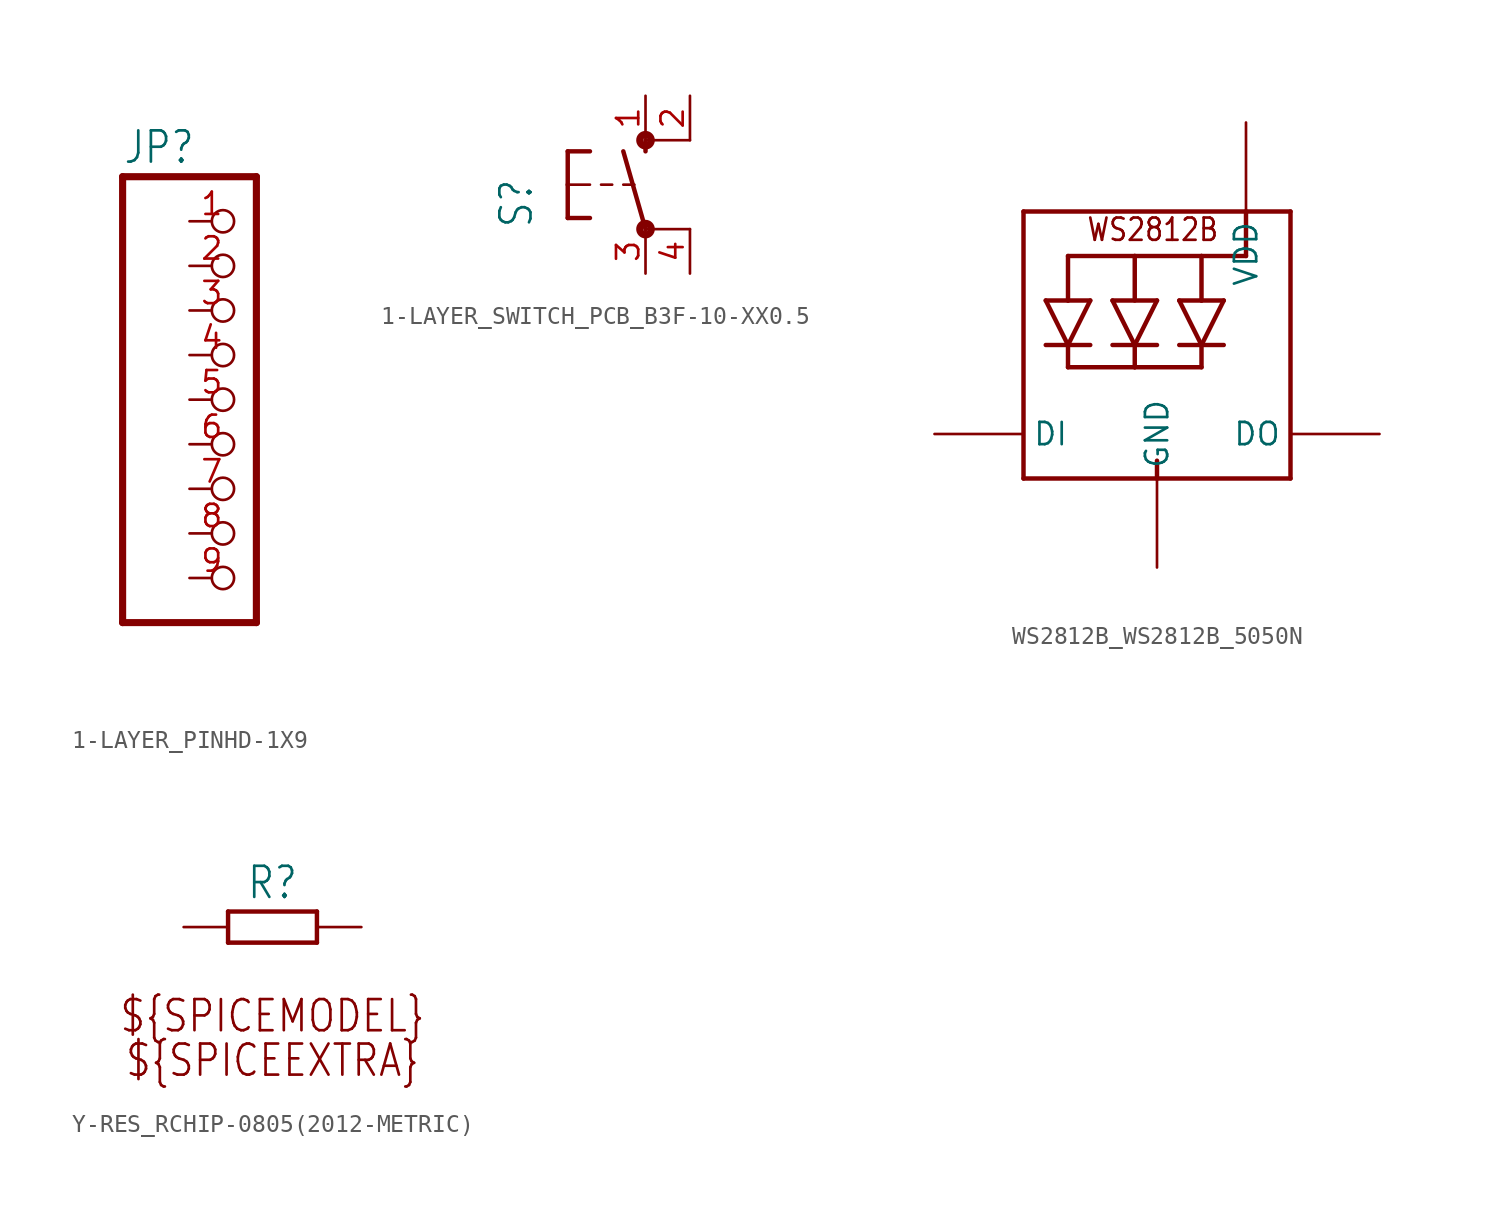
<source format=kicad_sym>
(kicad_symbol_lib
  (version 20231120)
  (generator "kicad_symbol_editor")
  (generator_version "8.0")
  (symbol "1-LAYER_PINHD-1X9"
    (property "Reference" "JP"
      (at -6.35 13.335 0)
      (effects (font (size 1.778 1.511)) (justify left bottom)))
    (property "Value" ""
      (at -6.35 -15.24 0)
      (effects (font (size 1.778 1.511)) (justify left bottom)))
    (property "ki_locked" ""
      (at 0 0 0)
      (effects (font (size 1.27 1.27))))
    (symbol "1-LAYER_PINHD-1X9_1_0"
      (polyline (pts (xy -6.35 -12.7) (xy 1.27 -12.7)) (stroke (width 0.406) (type solid)) (fill (type none)))
      (polyline (pts (xy -6.35 12.7) (xy -6.35 -12.7)) (stroke (width 0.406) (type solid)) (fill (type none)))
      (polyline (pts (xy 1.27 -12.7) (xy 1.27 12.7)) (stroke (width 0.406) (type solid)) (fill (type none)))
      (polyline (pts (xy 1.27 12.7) (xy -6.35 12.7)) (stroke (width 0.406) (type solid)) (fill (type none)))
      (pin passive inverted (at -2.54 10.16 0) (length 2.54) (name "1" (effects (font (size 0 0)))) (number "1" (effects (font (size 1.27 1.27)))))
      (pin passive inverted (at -2.54 7.62 0) (length 2.54) (name "2" (effects (font (size 0 0)))) (number "2" (effects (font (size 1.27 1.27)))))
      (pin passive inverted (at -2.54 5.08 0) (length 2.54) (name "3" (effects (font (size 0 0)))) (number "3" (effects (font (size 1.27 1.27)))))
      (pin passive inverted (at -2.54 2.54 0) (length 2.54) (name "4" (effects (font (size 0 0)))) (number "4" (effects (font (size 1.27 1.27)))))
      (pin passive inverted (at -2.54 0 0) (length 2.54) (name "5" (effects (font (size 0 0)))) (number "5" (effects (font (size 1.27 1.27)))))
      (pin passive inverted (at -2.54 -2.54 0) (length 2.54) (name "6" (effects (font (size 0 0)))) (number "6" (effects (font (size 1.27 1.27)))))
      (pin passive inverted (at -2.54 -5.08 0) (length 2.54) (name "7" (effects (font (size 0 0)))) (number "7" (effects (font (size 1.27 1.27)))))
      (pin passive inverted (at -2.54 -7.62 0) (length 2.54) (name "8" (effects (font (size 0 0)))) (number "8" (effects (font (size 1.27 1.27)))))
      (pin passive inverted (at -2.54 -10.16 0) (length 2.54) (name "9" (effects (font (size 0 0)))) (number "9" (effects (font (size 1.27 1.27)))))))
  (symbol "1-LAYER_SWITCH_PCB_B3F-10-XX0.5"
    (property "Reference" "S"
      (at -6.35 -2.54 90)
      (effects (font (size 1.778 1.511)) (justify left bottom)))
    (property "Value" ""
      (at -3.81 3.175 90)
      (effects (font (size 1.778 1.511)) (justify left bottom)))
    (property "ki_locked" ""
      (at 0 0 0)
      (effects (font (size 1.27 1.27))))
    (symbol "1-LAYER_SWITCH_PCB_B3F-10-XX0.5_1_0"
      (circle (center 0 -2.54) (radius 0.127) (stroke (width 0.406) (type solid)) (fill (type none)))
      (polyline (pts (xy -4.445 -1.905) (xy -3.175 -1.905)) (stroke (width 0.254) (type solid)) (fill (type none)))
      (polyline (pts (xy -4.445 0) (xy -4.445 -1.905)) (stroke (width 0.254) (type solid)) (fill (type none)))
      (polyline (pts (xy -4.445 0) (xy -3.175 0)) (stroke (width 0.152) (type solid)) (fill (type none)))
      (polyline (pts (xy -4.445 1.905) (xy -4.445 0)) (stroke (width 0.254) (type solid)) (fill (type none)))
      (polyline (pts (xy -4.445 1.905) (xy -3.175 1.905)) (stroke (width 0.254) (type solid)) (fill (type none)))
      (polyline (pts (xy -2.54 0) (xy -1.905 0)) (stroke (width 0.152) (type solid)) (fill (type none)))
      (polyline (pts (xy -1.27 0) (xy -0.635 0)) (stroke (width 0.152) (type solid)) (fill (type none)))
      (polyline (pts (xy 0 -2.54) (xy -1.27 1.905)) (stroke (width 0.254) (type solid)) (fill (type none)))
      (polyline (pts (xy 0 1.905) (xy 0 2.54)) (stroke (width 0.254) (type solid)) (fill (type none)))
      (polyline (pts (xy 2.54 -2.54) (xy 0 -2.54)) (stroke (width 0.152) (type solid)) (fill (type none)))
      (polyline (pts (xy 2.54 2.54) (xy 0 2.54)) (stroke (width 0.152) (type solid)) (fill (type none)))
      (circle (center 0 2.54) (radius 0.127) (stroke (width 0.406) (type solid)) (fill (type none)))
      (pin passive line (at 0 5.08 270) (length 2.54) (name "S" (effects (font (size 0 0)))) (number "1" (effects (font (size 1.27 1.27)))))
      (pin passive line (at 2.54 5.08 270) (length 2.54) (name "S1" (effects (font (size 0 0)))) (number "2" (effects (font (size 1.27 1.27)))))
      (pin passive line (at 0 -5.08 90) (length 2.54) (name "P" (effects (font (size 0 0)))) (number "3" (effects (font (size 1.27 1.27)))))
      (pin passive line (at 2.54 -5.08 90) (length 2.54) (name "P1" (effects (font (size 0 0)))) (number "4" (effects (font (size 1.27 1.27)))))))
  (symbol "WS2812B_WS2812B_5050N"
    (property "Reference" "LED"
      (at 0 0 0)
      (effects (font (size 1.27 1.27)) (hide yes)))
    (property "ki_locked" ""
      (at 0 0 0)
      (effects (font (size 1.27 1.27))))
    (symbol "WS2812B_WS2812B_5050N_1_0"
      (polyline (pts (xy -7.62 -5.08) (xy 0 -5.08)) (stroke (width 0.254) (type solid)) (fill (type none)))
      (polyline (pts (xy -7.62 10.16) (xy -7.62 -5.08)) (stroke (width 0.254) (type solid)) (fill (type none)))
      (polyline (pts (xy -6.35 2.54) (xy -5.08 2.54)) (stroke (width 0.254) (type solid)) (fill (type none)))
      (polyline (pts (xy -6.35 5.08) (xy -5.08 5.08)) (stroke (width 0.254) (type solid)) (fill (type none)))
      (polyline (pts (xy -5.08 2.54) (xy -6.35 5.08)) (stroke (width 0.254) (type solid)) (fill (type none)))
      (polyline (pts (xy -5.08 2.54) (xy -5.08 1.27)) (stroke (width 0.254) (type solid)) (fill (type none)))
      (polyline (pts (xy -5.08 2.54) (xy -3.81 5.08)) (stroke (width 0.254) (type solid)) (fill (type none)))
      (polyline (pts (xy -5.08 5.08) (xy -3.81 5.08)) (stroke (width 0.254) (type solid)) (fill (type none)))
      (polyline (pts (xy -5.08 7.62) (xy -5.08 5.08)) (stroke (width 0.254) (type solid)) (fill (type none)))
      (polyline (pts (xy -3.81 2.54) (xy -5.08 2.54)) (stroke (width 0.254) (type solid)) (fill (type none)))
      (polyline (pts (xy -2.54 2.54) (xy -1.27 2.54)) (stroke (width 0.254) (type solid)) (fill (type none)))
      (polyline (pts (xy -2.54 5.08) (xy 0 5.08)) (stroke (width 0.254) (type solid)) (fill (type none)))
      (polyline (pts (xy -1.27 1.27) (xy -5.08 1.27)) (stroke (width 0.254) (type solid)) (fill (type none)))
      (polyline (pts (xy -1.27 2.54) (xy -2.54 5.08)) (stroke (width 0.254) (type solid)) (fill (type none)))
      (polyline (pts (xy -1.27 2.54) (xy -1.27 1.27)) (stroke (width 0.254) (type solid)) (fill (type none)))
      (polyline (pts (xy -1.27 2.54) (xy 0 2.54)) (stroke (width 0.254) (type solid)) (fill (type none)))
      (polyline (pts (xy -1.27 5.08) (xy -1.27 7.62)) (stroke (width 0.254) (type solid)) (fill (type none)))
      (polyline (pts (xy -1.27 7.62) (xy -5.08 7.62)) (stroke (width 0.254) (type solid)) (fill (type none)))
      (polyline (pts (xy 0 -5.08) (xy 7.62 -5.08)) (stroke (width 0.254) (type solid)) (fill (type none)))
      (polyline (pts (xy 0 -4.064) (xy 0 -5.08)) (stroke (width 0.254) (type solid)) (fill (type none)))
      (polyline (pts (xy 0 5.08) (xy -1.27 2.54)) (stroke (width 0.254) (type solid)) (fill (type none)))
      (polyline (pts (xy 1.27 5.08) (xy 2.54 2.54)) (stroke (width 0.254) (type solid)) (fill (type none)))
      (polyline (pts (xy 1.27 5.08) (xy 2.54 5.08)) (stroke (width 0.254) (type solid)) (fill (type none)))
      (polyline (pts (xy 2.54 1.27) (xy -1.27 1.27)) (stroke (width 0.254) (type solid)) (fill (type none)))
      (polyline (pts (xy 2.54 2.54) (xy 1.27 2.54)) (stroke (width 0.254) (type solid)) (fill (type none)))
      (polyline (pts (xy 2.54 2.54) (xy 2.54 1.27)) (stroke (width 0.254) (type solid)) (fill (type none)))
      (polyline (pts (xy 2.54 2.54) (xy 3.81 2.54)) (stroke (width 0.254) (type solid)) (fill (type none)))
      (polyline (pts (xy 2.54 2.54) (xy 3.81 5.08)) (stroke (width 0.254) (type solid)) (fill (type none)))
      (polyline (pts (xy 2.54 5.08) (xy 2.54 7.62)) (stroke (width 0.254) (type solid)) (fill (type none)))
      (polyline (pts (xy 2.54 7.62) (xy -1.27 7.62)) (stroke (width 0.254) (type solid)) (fill (type none)))
      (polyline (pts (xy 2.54 7.62) (xy 5.08 7.62)) (stroke (width 0.254) (type solid)) (fill (type none)))
      (polyline (pts (xy 3.81 5.08) (xy 2.54 5.08)) (stroke (width 0.254) (type solid)) (fill (type none)))
      (polyline (pts (xy 5.08 10.16) (xy -7.62 10.16)) (stroke (width 0.254) (type solid)) (fill (type none)))
      (polyline (pts (xy 5.08 10.16) (xy 5.08 7.62)) (stroke (width 0.254) (type solid)) (fill (type none)))
      (polyline (pts (xy 7.62 -5.08) (xy 7.62 10.16)) (stroke (width 0.254) (type solid)) (fill (type none)))
      (polyline (pts (xy 7.62 10.16) (xy 5.08 10.16)) (stroke (width 0.254) (type solid)) (fill (type none)))
      (text "WS2812B" (at -4.064 8.382 0) (effects (font (size 1.27 1.079)) (justify left bottom)))
      (pin power_in line (at 5.08 15.24 270) (length 5.08) (name "VDD" (effects (font (size 1.27 1.27)))) (number "1-VDD" (effects (font (size 0 0)))))
      (pin output line (at 12.7 -2.54 180) (length 5.08) (name "DO" (effects (font (size 1.27 1.27)))) (number "2-DOUT" (effects (font (size 0 0)))))
      (pin power_in line (at 0 -10.16 90) (length 5.08) (name "GND" (effects (font (size 1.27 1.27)))) (number "3-GND" (effects (font (size 0 0)))))
      (pin input line (at -12.7 -2.54 0) (length 5.08) (name "DI" (effects (font (size 1.27 1.27)))) (number "4-DIN" (effects (font (size 0 0)))))))
  (symbol "Y-RES_RCHIP-0805(2012-METRIC)"
    (property "Reference" "R"
      (at 0 2.54 0)
      (effects (font (size 1.778 1.511))))
    (property "Value" ""
      (at 0 -2.54 0)
      (effects (font (size 1.778 1.511))))
    (property "ki_locked" ""
      (at 0 0 0)
      (effects (font (size 1.27 1.27))))
    (symbol "Y-RES_RCHIP-0805(2012-METRIC)_1_0"
      (polyline (pts (xy -2.54 -0.889) (xy -2.54 0.889)) (stroke (width 0.254) (type solid)) (fill (type none)))
      (polyline (pts (xy -2.54 -0.889) (xy 2.54 -0.889)) (stroke (width 0.254) (type solid)) (fill (type none)))
      (polyline (pts (xy 2.54 -0.889) (xy 2.54 0.889)) (stroke (width 0.254) (type solid)) (fill (type none)))
      (polyline (pts (xy 2.54 0.889) (xy -2.54 0.889)) (stroke (width 0.254) (type solid)) (fill (type none)))
      (text "${SPICEEXTRA}" (at 0 -7.62 0) (effects (font (size 1.778 1.511))))
      (text "${SPICEMODEL}" (at 0 -5.08 0) (effects (font (size 1.778 1.511))))
      (pin passive line (at -5.08 0 0) (length 2.54) (name "1" (effects (font (size 0 0)))) (number "1" (effects (font (size 0 0)))))
      (pin passive line (at 5.08 0 180) (length 2.54) (name "2" (effects (font (size 0 0)))) (number "2" (effects (font (size 0 0))))))))
</source>
